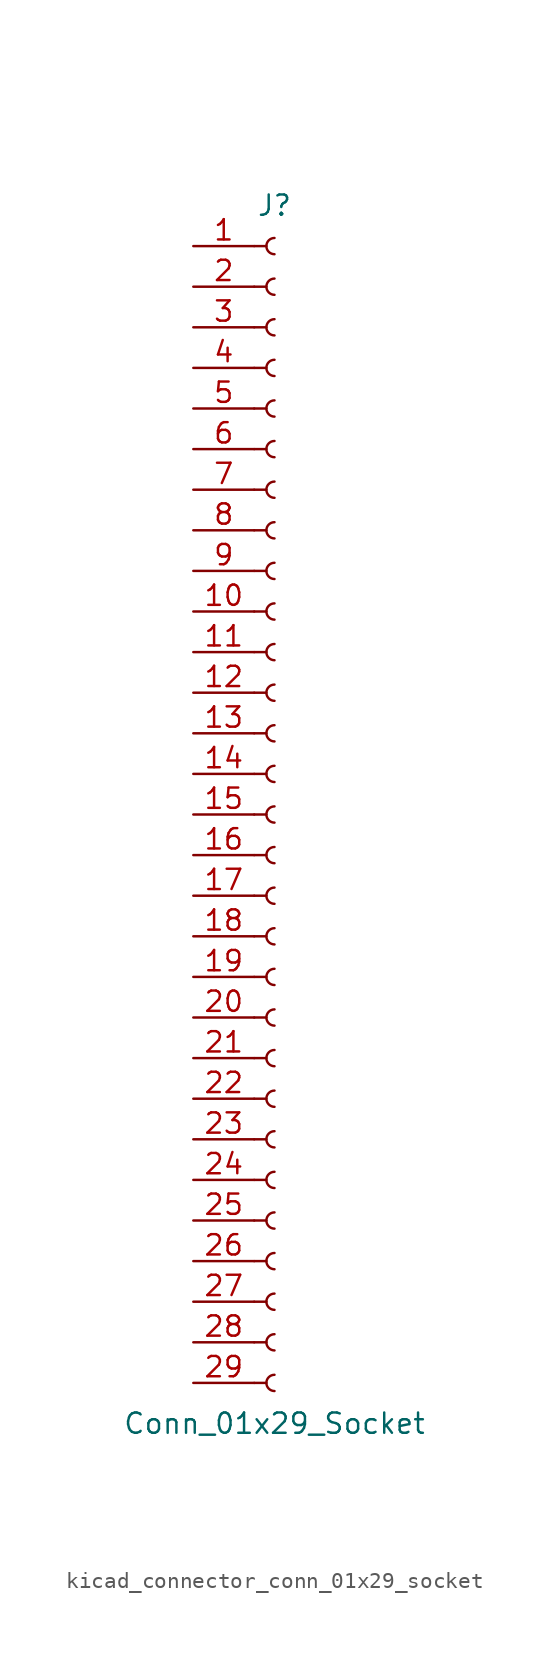
<source format=kicad_sym>
(kicad_symbol_lib
  (version 20220914)
  (generator kicad_symbol_editor)
  (symbol "kicad_connector_conn_01x29_socket"
    (pin_names
      (offset 1.016) hide)
    (property "Reference" "J"
      (at 0 38.1 0)
      (effects (font (size 1.27 1.27))))
    (property "Value" "Conn_01x29_Socket"
      (at 0 -38.1 0)
      (effects (font (size 1.27 1.27))))
    (property "ki_locked" ""
      (at 0 0 0)
      (effects (font (size 1.27 1.27))))
    (symbol "kicad_connector_conn_01x29_socket_1_1"
      (arc (start 0 -35.052) (mid -0.5058 -35.56) (end 0 -36.068) (stroke (width 0.1524) (type default)) (fill (type none)))
      (arc (start 0 -32.512) (mid -0.5058 -33.02) (end 0 -33.528) (stroke (width 0.1524) (type default)) (fill (type none)))
      (arc (start 0 -29.972) (mid -0.5058 -30.48) (end 0 -30.988) (stroke (width 0.1524) (type default)) (fill (type none)))
      (arc (start 0 -27.432) (mid -0.5058 -27.94) (end 0 -28.448) (stroke (width 0.1524) (type default)) (fill (type none)))
      (arc (start 0 -24.892) (mid -0.5058 -25.4) (end 0 -25.908) (stroke (width 0.1524) (type default)) (fill (type none)))
      (arc (start 0 -22.352) (mid -0.5058 -22.86) (end 0 -23.368) (stroke (width 0.1524) (type default)) (fill (type none)))
      (arc (start 0 -19.812) (mid -0.5058 -20.32) (end 0 -20.828) (stroke (width 0.1524) (type default)) (fill (type none)))
      (arc (start 0 -17.272) (mid -0.5058 -17.78) (end 0 -18.288) (stroke (width 0.1524) (type default)) (fill (type none)))
      (arc (start 0 -14.732) (mid -0.5058 -15.24) (end 0 -15.748) (stroke (width 0.1524) (type default)) (fill (type none)))
      (arc (start 0 -12.192) (mid -0.5058 -12.7) (end 0 -13.208) (stroke (width 0.1524) (type default)) (fill (type none)))
      (arc (start 0 -9.652) (mid -0.5058 -10.16) (end 0 -10.668) (stroke (width 0.1524) (type default)) (fill (type none)))
      (arc (start 0 -7.112) (mid -0.5058 -7.62) (end 0 -8.128) (stroke (width 0.1524) (type default)) (fill (type none)))
      (arc (start 0 -4.572) (mid -0.5058 -5.08) (end 0 -5.588) (stroke (width 0.1524) (type default)) (fill (type none)))
      (arc (start 0 -2.032) (mid -0.5058 -2.54) (end 0 -3.048) (stroke (width 0.1524) (type default)) (fill (type none)))
      (polyline (pts (xy -1.27 -35.56) (xy -0.508 -35.56)) (stroke (width 0.152) (type default)) (fill (type none)))
      (polyline (pts (xy -1.27 -33.02) (xy -0.508 -33.02)) (stroke (width 0.152) (type default)) (fill (type none)))
      (polyline (pts (xy -1.27 -30.48) (xy -0.508 -30.48)) (stroke (width 0.152) (type default)) (fill (type none)))
      (polyline (pts (xy -1.27 -27.94) (xy -0.508 -27.94)) (stroke (width 0.152) (type default)) (fill (type none)))
      (polyline (pts (xy -1.27 -25.4) (xy -0.508 -25.4)) (stroke (width 0.152) (type default)) (fill (type none)))
      (polyline (pts (xy -1.27 -22.86) (xy -0.508 -22.86)) (stroke (width 0.152) (type default)) (fill (type none)))
      (polyline (pts (xy -1.27 -20.32) (xy -0.508 -20.32)) (stroke (width 0.152) (type default)) (fill (type none)))
      (polyline (pts (xy -1.27 -17.78) (xy -0.508 -17.78)) (stroke (width 0.152) (type default)) (fill (type none)))
      (polyline (pts (xy -1.27 -15.24) (xy -0.508 -15.24)) (stroke (width 0.152) (type default)) (fill (type none)))
      (polyline (pts (xy -1.27 -12.7) (xy -0.508 -12.7)) (stroke (width 0.152) (type default)) (fill (type none)))
      (polyline (pts (xy -1.27 -10.16) (xy -0.508 -10.16)) (stroke (width 0.152) (type default)) (fill (type none)))
      (polyline (pts (xy -1.27 -7.62) (xy -0.508 -7.62)) (stroke (width 0.152) (type default)) (fill (type none)))
      (polyline (pts (xy -1.27 -5.08) (xy -0.508 -5.08)) (stroke (width 0.152) (type default)) (fill (type none)))
      (polyline (pts (xy -1.27 -2.54) (xy -0.508 -2.54)) (stroke (width 0.152) (type default)) (fill (type none)))
      (polyline (pts (xy -1.27 0) (xy -0.508 0)) (stroke (width 0.152) (type default)) (fill (type none)))
      (polyline (pts (xy -1.27 2.54) (xy -0.508 2.54)) (stroke (width 0.152) (type default)) (fill (type none)))
      (polyline (pts (xy -1.27 5.08) (xy -0.508 5.08)) (stroke (width 0.152) (type default)) (fill (type none)))
      (polyline (pts (xy -1.27 7.62) (xy -0.508 7.62)) (stroke (width 0.152) (type default)) (fill (type none)))
      (polyline (pts (xy -1.27 10.16) (xy -0.508 10.16)) (stroke (width 0.152) (type default)) (fill (type none)))
      (polyline (pts (xy -1.27 12.7) (xy -0.508 12.7)) (stroke (width 0.152) (type default)) (fill (type none)))
      (polyline (pts (xy -1.27 15.24) (xy -0.508 15.24)) (stroke (width 0.152) (type default)) (fill (type none)))
      (polyline (pts (xy -1.27 17.78) (xy -0.508 17.78)) (stroke (width 0.152) (type default)) (fill (type none)))
      (polyline (pts (xy -1.27 20.32) (xy -0.508 20.32)) (stroke (width 0.152) (type default)) (fill (type none)))
      (polyline (pts (xy -1.27 22.86) (xy -0.508 22.86)) (stroke (width 0.152) (type default)) (fill (type none)))
      (polyline (pts (xy -1.27 25.4) (xy -0.508 25.4)) (stroke (width 0.152) (type default)) (fill (type none)))
      (polyline (pts (xy -1.27 27.94) (xy -0.508 27.94)) (stroke (width 0.152) (type default)) (fill (type none)))
      (polyline (pts (xy -1.27 30.48) (xy -0.508 30.48)) (stroke (width 0.152) (type default)) (fill (type none)))
      (polyline (pts (xy -1.27 33.02) (xy -0.508 33.02)) (stroke (width 0.152) (type default)) (fill (type none)))
      (polyline (pts (xy -1.27 35.56) (xy -0.508 35.56)) (stroke (width 0.152) (type default)) (fill (type none)))
      (arc (start 0 0.508) (mid -0.5058 0) (end 0 -0.508) (stroke (width 0.1524) (type default)) (fill (type none)))
      (arc (start 0 3.048) (mid -0.5058 2.54) (end 0 2.032) (stroke (width 0.1524) (type default)) (fill (type none)))
      (arc (start 0 5.588) (mid -0.5058 5.08) (end 0 4.572) (stroke (width 0.1524) (type default)) (fill (type none)))
      (arc (start 0 8.128) (mid -0.5058 7.62) (end 0 7.112) (stroke (width 0.1524) (type default)) (fill (type none)))
      (arc (start 0 10.668) (mid -0.5058 10.16) (end 0 9.652) (stroke (width 0.1524) (type default)) (fill (type none)))
      (arc (start 0 13.208) (mid -0.5058 12.7) (end 0 12.192) (stroke (width 0.1524) (type default)) (fill (type none)))
      (arc (start 0 15.748) (mid -0.5058 15.24) (end 0 14.732) (stroke (width 0.1524) (type default)) (fill (type none)))
      (arc (start 0 18.288) (mid -0.5058 17.78) (end 0 17.272) (stroke (width 0.1524) (type default)) (fill (type none)))
      (arc (start 0 20.828) (mid -0.5058 20.32) (end 0 19.812) (stroke (width 0.1524) (type default)) (fill (type none)))
      (arc (start 0 23.368) (mid -0.5058 22.86) (end 0 22.352) (stroke (width 0.1524) (type default)) (fill (type none)))
      (arc (start 0 25.908) (mid -0.5058 25.4) (end 0 24.892) (stroke (width 0.1524) (type default)) (fill (type none)))
      (arc (start 0 28.448) (mid -0.5058 27.94) (end 0 27.432) (stroke (width 0.1524) (type default)) (fill (type none)))
      (arc (start 0 30.988) (mid -0.5058 30.48) (end 0 29.972) (stroke (width 0.1524) (type default)) (fill (type none)))
      (arc (start 0 33.528) (mid -0.5058 33.02) (end 0 32.512) (stroke (width 0.1524) (type default)) (fill (type none)))
      (arc (start 0 36.068) (mid -0.5058 35.56) (end 0 35.052) (stroke (width 0.1524) (type default)) (fill (type none)))
      (pin passive line (at -5.08 35.56 0) (length 3.81) (name "Pin_1" (effects (font (size 1.27 1.27)))) (number "1" (effects (font (size 1.27 1.27)))))
      (pin passive line (at -5.08 12.7 0) (length 3.81) (name "Pin_10" (effects (font (size 1.27 1.27)))) (number "10" (effects (font (size 1.27 1.27)))))
      (pin passive line (at -5.08 10.16 0) (length 3.81) (name "Pin_11" (effects (font (size 1.27 1.27)))) (number "11" (effects (font (size 1.27 1.27)))))
      (pin passive line (at -5.08 7.62 0) (length 3.81) (name "Pin_12" (effects (font (size 1.27 1.27)))) (number "12" (effects (font (size 1.27 1.27)))))
      (pin passive line (at -5.08 5.08 0) (length 3.81) (name "Pin_13" (effects (font (size 1.27 1.27)))) (number "13" (effects (font (size 1.27 1.27)))))
      (pin passive line (at -5.08 2.54 0) (length 3.81) (name "Pin_14" (effects (font (size 1.27 1.27)))) (number "14" (effects (font (size 1.27 1.27)))))
      (pin passive line (at -5.08 0 0) (length 3.81) (name "Pin_15" (effects (font (size 1.27 1.27)))) (number "15" (effects (font (size 1.27 1.27)))))
      (pin passive line (at -5.08 -2.54 0) (length 3.81) (name "Pin_16" (effects (font (size 1.27 1.27)))) (number "16" (effects (font (size 1.27 1.27)))))
      (pin passive line (at -5.08 -5.08 0) (length 3.81) (name "Pin_17" (effects (font (size 1.27 1.27)))) (number "17" (effects (font (size 1.27 1.27)))))
      (pin passive line (at -5.08 -7.62 0) (length 3.81) (name "Pin_18" (effects (font (size 1.27 1.27)))) (number "18" (effects (font (size 1.27 1.27)))))
      (pin passive line (at -5.08 -10.16 0) (length 3.81) (name "Pin_19" (effects (font (size 1.27 1.27)))) (number "19" (effects (font (size 1.27 1.27)))))
      (pin passive line (at -5.08 33.02 0) (length 3.81) (name "Pin_2" (effects (font (size 1.27 1.27)))) (number "2" (effects (font (size 1.27 1.27)))))
      (pin passive line (at -5.08 -12.7 0) (length 3.81) (name "Pin_20" (effects (font (size 1.27 1.27)))) (number "20" (effects (font (size 1.27 1.27)))))
      (pin passive line (at -5.08 -15.24 0) (length 3.81) (name "Pin_21" (effects (font (size 1.27 1.27)))) (number "21" (effects (font (size 1.27 1.27)))))
      (pin passive line (at -5.08 -17.78 0) (length 3.81) (name "Pin_22" (effects (font (size 1.27 1.27)))) (number "22" (effects (font (size 1.27 1.27)))))
      (pin passive line (at -5.08 -20.32 0) (length 3.81) (name "Pin_23" (effects (font (size 1.27 1.27)))) (number "23" (effects (font (size 1.27 1.27)))))
      (pin passive line (at -5.08 -22.86 0) (length 3.81) (name "Pin_24" (effects (font (size 1.27 1.27)))) (number "24" (effects (font (size 1.27 1.27)))))
      (pin passive line (at -5.08 -25.4 0) (length 3.81) (name "Pin_25" (effects (font (size 1.27 1.27)))) (number "25" (effects (font (size 1.27 1.27)))))
      (pin passive line (at -5.08 -27.94 0) (length 3.81) (name "Pin_26" (effects (font (size 1.27 1.27)))) (number "26" (effects (font (size 1.27 1.27)))))
      (pin passive line (at -5.08 -30.48 0) (length 3.81) (name "Pin_27" (effects (font (size 1.27 1.27)))) (number "27" (effects (font (size 1.27 1.27)))))
      (pin passive line (at -5.08 -33.02 0) (length 3.81) (name "Pin_28" (effects (font (size 1.27 1.27)))) (number "28" (effects (font (size 1.27 1.27)))))
      (pin passive line (at -5.08 -35.56 0) (length 3.81) (name "Pin_29" (effects (font (size 1.27 1.27)))) (number "29" (effects (font (size 1.27 1.27)))))
      (pin passive line (at -5.08 30.48 0) (length 3.81) (name "Pin_3" (effects (font (size 1.27 1.27)))) (number "3" (effects (font (size 1.27 1.27)))))
      (pin passive line (at -5.08 27.94 0) (length 3.81) (name "Pin_4" (effects (font (size 1.27 1.27)))) (number "4" (effects (font (size 1.27 1.27)))))
      (pin passive line (at -5.08 25.4 0) (length 3.81) (name "Pin_5" (effects (font (size 1.27 1.27)))) (number "5" (effects (font (size 1.27 1.27)))))
      (pin passive line (at -5.08 22.86 0) (length 3.81) (name "Pin_6" (effects (font (size 1.27 1.27)))) (number "6" (effects (font (size 1.27 1.27)))))
      (pin passive line (at -5.08 20.32 0) (length 3.81) (name "Pin_7" (effects (font (size 1.27 1.27)))) (number "7" (effects (font (size 1.27 1.27)))))
      (pin passive line (at -5.08 17.78 0) (length 3.81) (name "Pin_8" (effects (font (size 1.27 1.27)))) (number "8" (effects (font (size 1.27 1.27)))))
      (pin passive line (at -5.08 15.24 0) (length 3.81) (name "Pin_9" (effects (font (size 1.27 1.27)))) (number "9" (effects (font (size 1.27 1.27))))))))
</source>
